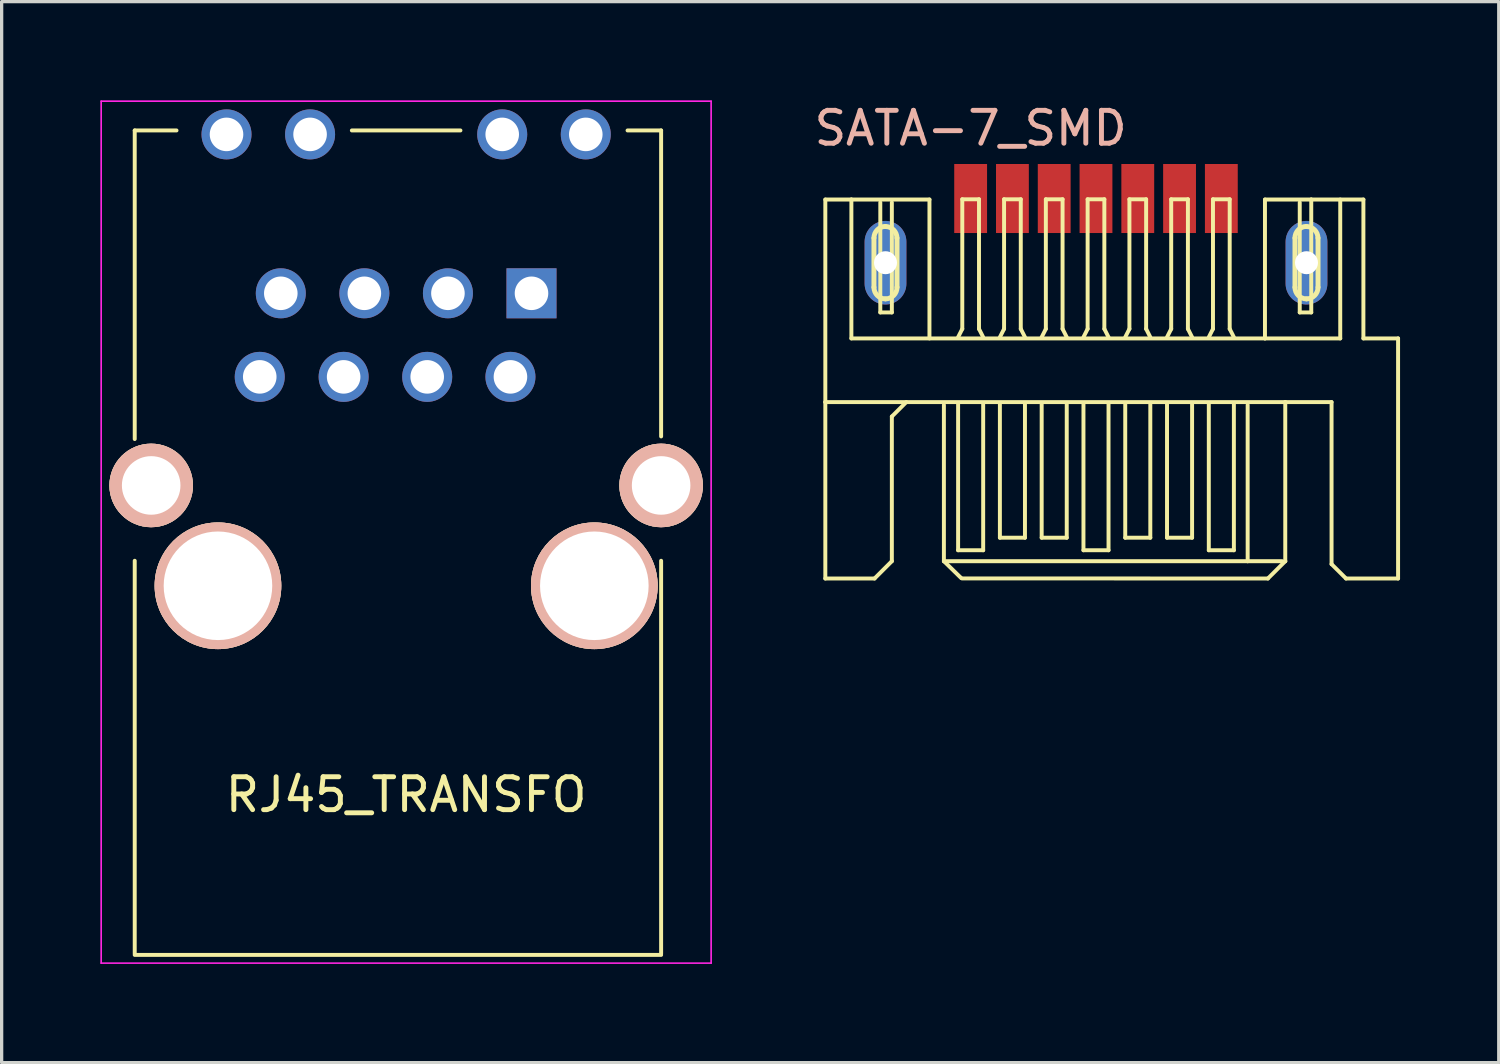
<source format=kicad_pcb>
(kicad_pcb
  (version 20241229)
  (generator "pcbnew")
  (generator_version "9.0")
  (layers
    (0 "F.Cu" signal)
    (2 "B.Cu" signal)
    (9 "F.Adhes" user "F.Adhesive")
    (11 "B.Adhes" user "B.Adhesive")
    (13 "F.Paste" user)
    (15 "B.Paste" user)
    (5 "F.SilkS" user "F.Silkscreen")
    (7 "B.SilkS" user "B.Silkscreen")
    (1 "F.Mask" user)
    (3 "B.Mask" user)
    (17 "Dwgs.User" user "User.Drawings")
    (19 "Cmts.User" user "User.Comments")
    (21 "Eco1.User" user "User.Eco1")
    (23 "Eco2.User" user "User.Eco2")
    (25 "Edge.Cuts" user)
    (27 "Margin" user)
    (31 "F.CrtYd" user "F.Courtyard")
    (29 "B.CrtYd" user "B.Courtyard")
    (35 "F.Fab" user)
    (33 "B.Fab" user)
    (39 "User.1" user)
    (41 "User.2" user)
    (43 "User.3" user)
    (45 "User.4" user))
  (footprint "SATA-7_SMD"
    (layer "F.Cu")
    (at 30.263 14.183)
    (property "Reference" "SATA-7_SMD" (at -3.81 -13.335 0) (layer "B.SilkS") (effects (font (size 1 1) (thickness 0.15))))
    (attr smd)
    (fp_line (start -8.227 -11.168) (end -7.435 -11.168) (stroke (width 0.12) (type solid)) (layer "F.SilkS"))
    (fp_line (start -8.227 -5.011) (end -8.227 -11.168) (stroke (width 0.12) (type solid)) (layer "F.SilkS"))
    (fp_line (start -8.227 -5.011) (end 5.753 -5.011) (stroke (width 0.12) (type solid)) (layer "F.SilkS"))
    (fp_line (start -8.227 0.351) (end -8.227 -5.011) (stroke (width 0.12) (type solid)) (layer "F.SilkS"))
    (fp_line (start -7.435 -11.168) (end -7.435 -6.947) (stroke (width 0.12) (type solid)) (layer "F.SilkS"))
    (fp_line (start -7.435 -11.168) (end -5.062 -11.168) (stroke (width 0.12) (type solid)) (layer "F.SilkS"))
    (fp_line (start -7.435 -6.947) (end 5.136 -6.947) (stroke (width 0.12) (type solid)) (layer "F.SilkS"))
    (fp_line (start -6.749 -8.499) (end -6.749 -10) (stroke (width 0.15) (type solid)) (layer "F.SilkS"))
    (fp_line (start -6.731 0.351) (end -8.227 0.351) (stroke (width 0.12) (type solid)) (layer "F.SilkS"))
    (fp_line (start -6.556 -11.079) (end -6.556 -7.737) (stroke (width 0.12) (type solid)) (layer "F.SilkS"))
    (fp_line (start -6.556 -7.737) (end -6.205 -7.737) (stroke (width 0.12) (type solid)) (layer "F.SilkS"))
    (fp_line (start -6.205 -7.737) (end -6.205 -11.079) (stroke (width 0.12) (type solid)) (layer "F.SilkS"))
    (fp_line (start -6.205 -4.572) (end -5.766 -5.011) (stroke (width 0.12) (type solid)) (layer "F.SilkS"))
    (fp_line (start -6.205 -0.175) (end -6.731 0.351) (stroke (width 0.12) (type solid)) (layer "F.SilkS"))
    (fp_line (start -6.205 -0.175) (end -6.205 -4.572) (stroke (width 0.12) (type solid)) (layer "F.SilkS"))
    (fp_line (start -6.048 -10) (end -6.048 -8.499) (stroke (width 0.15) (type solid)) (layer "F.SilkS"))
    (fp_line (start -5.062 -11.168) (end -5.062 -6.947) (stroke (width 0.12) (type solid)) (layer "F.SilkS"))
    (fp_line (start -4.623 -0.175) (end -4.623 -4.923) (stroke (width 0.12) (type solid)) (layer "F.SilkS"))
    (fp_line (start -4.191 -6.985) (end -4.064 -7.236) (stroke (width 0.12) (type solid)) (layer "F.SilkS"))
    (fp_line (start -4.191 -0.508) (end -4.191 -4.953) (stroke (width 0.12) (type solid)) (layer "F.SilkS"))
    (fp_line (start -4.097 0.338) (end -4.623 -0.175) (stroke (width 0.12) (type solid)) (layer "F.SilkS"))
    (fp_line (start -4.064 -11.176) (end -3.556 -11.176) (stroke (width 0.12) (type solid)) (layer "F.SilkS"))
    (fp_line (start -4.064 -7.236) (end -4.064 -11.176) (stroke (width 0.12) (type solid)) (layer "F.SilkS"))
    (fp_line (start -3.556 -11.176) (end -3.556 -7.236) (stroke (width 0.12) (type solid)) (layer "F.SilkS"))
    (fp_line (start -3.556 -7.236) (end -3.429 -6.985) (stroke (width 0.12) (type solid)) (layer "F.SilkS"))
    (fp_line (start -3.429 -4.953) (end -3.429 -0.508) (stroke (width 0.12) (type solid)) (layer "F.SilkS"))
    (fp_line (start -3.429 -0.508) (end -4.191 -0.508) (stroke (width 0.12) (type solid)) (layer "F.SilkS"))
    (fp_line (start -2.921 -6.985) (end -2.794 -7.236) (stroke (width 0.12) (type solid)) (layer "F.SilkS"))
    (fp_line (start -2.921 -4.953) (end -2.921 -0.889) (stroke (width 0.12) (type solid)) (layer "F.SilkS"))
    (fp_line (start -2.921 -0.889) (end -2.159 -0.889) (stroke (width 0.12) (type solid)) (layer "F.SilkS"))
    (fp_line (start -2.794 -11.176) (end -2.286 -11.176) (stroke (width 0.12) (type solid)) (layer "F.SilkS"))
    (fp_line (start -2.794 -7.236) (end -2.794 -11.176) (stroke (width 0.12) (type solid)) (layer "F.SilkS"))
    (fp_line (start -2.286 -11.176) (end -2.286 -7.236) (stroke (width 0.12) (type solid)) (layer "F.SilkS"))
    (fp_line (start -2.286 -7.236) (end -2.159 -6.985) (stroke (width 0.12) (type solid)) (layer "F.SilkS"))
    (fp_line (start -2.159 -0.889) (end -2.159 -4.953) (stroke (width 0.12) (type solid)) (layer "F.SilkS"))
    (fp_line (start -1.651 -6.985) (end -1.524 -7.236) (stroke (width 0.12) (type solid)) (layer "F.SilkS"))
    (fp_line (start -1.651 -4.953) (end -1.651 -0.889) (stroke (width 0.12) (type solid)) (layer "F.SilkS"))
    (fp_line (start -1.651 -0.889) (end -0.889 -0.889) (stroke (width 0.12) (type solid)) (layer "F.SilkS"))
    (fp_line (start -1.524 -11.176) (end -1.016 -11.176) (stroke (width 0.12) (type solid)) (layer "F.SilkS"))
    (fp_line (start -1.524 -7.236) (end -1.524 -11.176) (stroke (width 0.12) (type solid)) (layer "F.SilkS"))
    (fp_line (start -1.016 -11.176) (end -1.016 -7.236) (stroke (width 0.12) (type solid)) (layer "F.SilkS"))
    (fp_line (start -1.016 -7.236) (end -0.889 -6.985) (stroke (width 0.12) (type solid)) (layer "F.SilkS"))
    (fp_line (start -0.889 -0.889) (end -0.889 -4.953) (stroke (width 0.12) (type solid)) (layer "F.SilkS"))
    (fp_line (start -0.381 -6.985) (end -0.254 -7.236) (stroke (width 0.12) (type solid)) (layer "F.SilkS"))
    (fp_line (start -0.381 -4.953) (end -0.381 -0.508) (stroke (width 0.12) (type solid)) (layer "F.SilkS"))
    (fp_line (start -0.381 -0.508) (end 0.381 -0.508) (stroke (width 0.12) (type solid)) (layer "F.SilkS"))
    (fp_line (start -0.254 -11.176) (end 0.254 -11.176) (stroke (width 0.12) (type solid)) (layer "F.SilkS"))
    (fp_line (start -0.254 -7.236) (end -0.254 -11.176) (stroke (width 0.12) (type solid)) (layer "F.SilkS"))
    (fp_line (start 0.254 -11.176) (end 0.254 -7.236) (stroke (width 0.12) (type solid)) (layer "F.SilkS"))
    (fp_line (start 0.254 -7.236) (end 0.381 -6.985) (stroke (width 0.12) (type solid)) (layer "F.SilkS"))
    (fp_line (start 0.381 -0.508) (end 0.381 -4.953) (stroke (width 0.12) (type solid)) (layer "F.SilkS"))
    (fp_line (start 0.889 -6.985) (end 1.016 -7.236) (stroke (width 0.12) (type solid)) (layer "F.SilkS"))
    (fp_line (start 0.889 -4.953) (end 0.889 -0.889) (stroke (width 0.12) (type solid)) (layer "F.SilkS"))
    (fp_line (start 0.889 -0.889) (end 1.651 -0.889) (stroke (width 0.12) (type solid)) (layer "F.SilkS"))
    (fp_line (start 1.016 -11.176) (end 1.524 -11.176) (stroke (width 0.12) (type solid)) (layer "F.SilkS"))
    (fp_line (start 1.016 -7.236) (end 1.016 -11.176) (stroke (width 0.12) (type solid)) (layer "F.SilkS"))
    (fp_line (start 1.524 -11.176) (end 1.524 -7.236) (stroke (width 0.12) (type solid)) (layer "F.SilkS"))
    (fp_line (start 1.524 -7.236) (end 1.651 -6.985) (stroke (width 0.12) (type solid)) (layer "F.SilkS"))
    (fp_line (start 1.651 -0.889) (end 1.651 -4.953) (stroke (width 0.12) (type solid)) (layer "F.SilkS"))
    (fp_line (start 2.159 -6.985) (end 2.286 -7.236) (stroke (width 0.12) (type solid)) (layer "F.SilkS"))
    (fp_line (start 2.159 -4.953) (end 2.159 -0.889) (stroke (width 0.12) (type solid)) (layer "F.SilkS"))
    (fp_line (start 2.159 -0.889) (end 2.921 -0.889) (stroke (width 0.12) (type solid)) (layer "F.SilkS"))
    (fp_line (start 2.286 -11.176) (end 2.794 -11.176) (stroke (width 0.12) (type solid)) (layer "F.SilkS"))
    (fp_line (start 2.286 -7.236) (end 2.286 -11.176) (stroke (width 0.12) (type solid)) (layer "F.SilkS"))
    (fp_line (start 2.794 -11.176) (end 2.794 -7.236) (stroke (width 0.12) (type solid)) (layer "F.SilkS"))
    (fp_line (start 2.794 -7.236) (end 2.921 -6.985) (stroke (width 0.12) (type solid)) (layer "F.SilkS"))
    (fp_line (start 2.921 -0.889) (end 2.921 -4.953) (stroke (width 0.12) (type solid)) (layer "F.SilkS"))
    (fp_line (start 3.429 -6.985) (end 3.556 -7.236) (stroke (width 0.12) (type solid)) (layer "F.SilkS"))
    (fp_line (start 3.429 -4.953) (end 3.429 -0.508) (stroke (width 0.12) (type solid)) (layer "F.SilkS"))
    (fp_line (start 3.429 -0.508) (end 4.191 -0.508) (stroke (width 0.12) (type solid)) (layer "F.SilkS"))
    (fp_line (start 3.556 -11.176) (end 4.064 -11.176) (stroke (width 0.12) (type solid)) (layer "F.SilkS"))
    (fp_line (start 3.556 -7.236) (end 3.556 -11.176) (stroke (width 0.12) (type solid)) (layer "F.SilkS"))
    (fp_line (start 4.064 -11.176) (end 4.064 -7.236) (stroke (width 0.12) (type solid)) (layer "F.SilkS"))
    (fp_line (start 4.064 -7.236) (end 4.191 -6.985) (stroke (width 0.12) (type solid)) (layer "F.SilkS"))
    (fp_line (start 4.191 -0.508) (end 4.191 -4.953) (stroke (width 0.12) (type solid)) (layer "F.SilkS"))
    (fp_line (start 4.61 -0.175) (end -4.623 -0.175) (stroke (width 0.12) (type solid)) (layer "F.SilkS"))
    (fp_line (start 4.61 -0.175) (end 4.61 -4.923) (stroke (width 0.12) (type solid)) (layer "F.SilkS"))
    (fp_line (start 5.136 -11.168) (end 6.543 -11.168) (stroke (width 0.12) (type solid)) (layer "F.SilkS"))
    (fp_line (start 5.136 -6.947) (end 5.136 -11.168) (stroke (width 0.12) (type solid)) (layer "F.SilkS"))
    (fp_line (start 5.136 -6.947) (end 7.424 -6.947) (stroke (width 0.12) (type solid)) (layer "F.SilkS"))
    (fp_line (start 5.225 0.351) (end -4.074 0.348) (stroke (width 0.12) (type solid)) (layer "F.SilkS"))
    (fp_line (start 5.664 -0.175) (end 4.61 -0.175) (stroke (width 0.12) (type solid)) (layer "F.SilkS"))
    (fp_line (start 5.753 -5.011) (end 5.753 -0.175) (stroke (width 0.12) (type solid)) (layer "F.SilkS"))
    (fp_line (start 5.753 -0.175) (end 5.225 0.351) (stroke (width 0.12) (type solid)) (layer "F.SilkS"))
    (fp_line (start 5.753 -0.175) (end 5.753 -0.175) (stroke (width 0.12) (type solid)) (layer "F.SilkS"))
    (fp_line (start 6.048 -8.499) (end 6.048 -10) (stroke (width 0.15) (type solid)) (layer "F.SilkS"))
    (fp_line (start 6.193 -11.079) (end 6.193 -7.737) (stroke (width 0.12) (type solid)) (layer "F.SilkS"))
    (fp_line (start 6.193 -7.737) (end 6.543 -7.737) (stroke (width 0.12) (type solid)) (layer "F.SilkS"))
    (fp_line (start 6.543 -11.168) (end 8.128 -11.168) (stroke (width 0.12) (type solid)) (layer "F.SilkS"))
    (fp_line (start 6.543 -7.737) (end 6.543 -11.168) (stroke (width 0.12) (type solid)) (layer "F.SilkS"))
    (fp_line (start 6.749 -10) (end 6.749 -8.499) (stroke (width 0.15) (type solid)) (layer "F.SilkS"))
    (fp_line (start 7.16 -5.011) (end 5.753 -5.011) (stroke (width 0.12) (type solid)) (layer "F.SilkS"))
    (fp_line (start 7.16 -0.086) (end 7.16 -5.011) (stroke (width 0.12) (type solid)) (layer "F.SilkS"))
    (fp_line (start 7.424 -6.947) (end 7.424 -11.168) (stroke (width 0.12) (type solid)) (layer "F.SilkS"))
    (fp_line (start 7.6 0.351) (end 7.16 -0.086) (stroke (width 0.12) (type solid)) (layer "F.SilkS"))
    (fp_line (start 8.128 -11.168) (end 8.128 -6.947) (stroke (width 0.12) (type solid)) (layer "F.SilkS"))
    (fp_line (start 8.128 -6.947) (end 9.182 -6.947) (stroke (width 0.12) (type solid)) (layer "F.SilkS"))
    (fp_line (start 9.182 -6.947) (end 9.182 0.351) (stroke (width 0.12) (type solid)) (layer "F.SilkS"))
    (fp_line (start 9.182 0.351) (end 7.6 0.351) (stroke (width 0.12) (type solid)) (layer "F.SilkS"))
    (fp_arc (start -6.74878 -9.99998) (mid -6.646115 -10.247835) (end -6.39826 -10.3505) (stroke (width 0.15) (type solid)) (layer "F.SilkS"))
    (fp_arc (start -6.39826 -10.34796) (mid -6.152201 -10.246039) (end -6.05028 -9.99998) (stroke (width 0.15) (type solid)) (layer "F.SilkS"))
    (fp_arc (start -6.39826 -8.14832) (mid -6.646115 -8.250985) (end -6.74878 -8.49884) (stroke (width 0.15) (type solid)) (layer "F.SilkS"))
    (fp_arc (start -6.04774 -8.49884) (mid -6.150405 -8.250985) (end -6.39826 -8.14832) (stroke (width 0.15) (type solid)) (layer "F.SilkS"))
    (fp_arc (start 6.04774 -9.99998) (mid 6.150405 -10.247835) (end 6.39826 -10.3505) (stroke (width 0.15) (type solid)) (layer "F.SilkS"))
    (fp_arc (start 6.39826 -10.34796) (mid 6.644319 -10.246039) (end 6.74624 -9.99998) (stroke (width 0.15) (type solid)) (layer "F.SilkS"))
    (fp_arc (start 6.39826 -8.14832) (mid 6.150405 -8.250985) (end 6.04774 -8.49884) (stroke (width 0.15) (type solid)) (layer "F.SilkS"))
    (fp_arc (start 6.74878 -8.49884) (mid 6.646115 -8.250985) (end 6.39826 -8.14832) (stroke (width 0.15) (type solid)) (layer "F.SilkS"))
    (pad "1" smd rect (at -3.81 -11.199) (size 0.998 2.098) (layers "F.Cu" "F.Mask" "F.Paste"))
    (pad "2" smd rect (at -2.54 -11.199) (size 0.998 2.098) (layers "F.Cu" "F.Mask" "F.Paste"))
    (pad "3" smd rect (at -1.27 -11.199) (size 0.998 2.098) (layers "F.Cu" "F.Mask" "F.Paste"))
    (pad "4" smd rect (at 0 -11.199) (size 0.998 2.098) (layers "F.Cu" "F.Mask" "F.Paste"))
    (pad "5" smd rect (at 1.27 -11.199) (size 0.998 2.098) (layers "F.Cu" "F.Mask" "F.Paste"))
    (pad "6" smd rect (at 2.54 -11.199) (size 0.998 2.098) (layers "F.Cu" "F.Mask" "F.Paste"))
    (pad "7" smd rect (at 3.81 -11.199) (size 0.998 2.098) (layers "F.Cu" "F.Mask" "F.Paste"))
    (pad "M1" thru_hole oval (at -6.398 -9.248) (size 1.27 2.54) (drill 0.699) (layers "*.Cu" "F.Mask" "F.Paste"))
    (pad "M2" thru_hole oval (at 6.398 -9.248) (size 1.27 2.54) (drill 0.699) (layers "*.Cu" "F.Mask" "F.Paste")))
  (footprint "RJ45_TRANSFO"
    (layer "F.Cu")
    (at 13.105 5.865)
    (property "Reference" "RJ45_TRANSFO" (at -3.81 15.24 0) (layer "F.SilkS") (effects (font (size 1 1) (thickness 0.15))))
    (attr through_hole)
    (fp_line (start -12.06 -4.95) (end -12.06 4.43) (stroke (width 0.12) (type solid)) (layer "F.SilkS"))
    (fp_line (start -12.06 -4.95) (end -10.79 -4.95) (stroke (width 0.12) (type solid)) (layer "F.SilkS"))
    (fp_line (start -12.06 20.07) (end -12.06 8.13) (stroke (width 0.12) (type solid)) (layer "F.SilkS"))
    (fp_line (start -12.06 20.11) (end 3.94 20.11) (stroke (width 0.12) (type solid)) (layer "F.SilkS"))
    (fp_line (start -5.46 -4.95) (end -2.16 -4.95) (stroke (width 0.12) (type solid)) (layer "F.SilkS"))
    (fp_line (start 3.94 -4.95) (end 2.92 -4.95) (stroke (width 0.12) (type solid)) (layer "F.SilkS"))
    (fp_line (start 3.94 -4.95) (end 3.94 4.35) (stroke (width 0.12) (type solid)) (layer "F.SilkS"))
    (fp_line (start 3.94 20.07) (end 3.94 8.13) (stroke (width 0.12) (type solid)) (layer "F.SilkS"))
    (fp_line (start -13.08 -5.84) (end -13.08 20.36) (stroke (width 0.05) (type solid)) (layer "F.CrtYd"))
    (fp_line (start -13.08 -5.84) (end 5.46 -5.84) (stroke (width 0.05) (type solid)) (layer "F.CrtYd"))
    (fp_line (start 5.46 20.36) (end -13.08 20.36) (stroke (width 0.05) (type solid)) (layer "F.CrtYd"))
    (fp_line (start 5.46 20.36) (end 5.46 -5.84) (stroke (width 0.05) (type solid)) (layer "F.CrtYd"))
    (pad "1" thru_hole rect (at 0 0) (size 1.52 1.52) (drill 1.02) (layers "*.Cu" "*.Mask"))
    (pad "2" thru_hole circle (at -0.64 2.54) (size 1.52 1.52) (drill 1.02) (layers "*.Cu" "*.Mask"))
    (pad "3" thru_hole circle (at -2.54 0) (size 1.52 1.52) (drill 1.02) (layers "*.Cu" "*.Mask"))
    (pad "4" thru_hole circle (at -3.17 2.54) (size 1.52 1.52) (drill 1.02) (layers "*.Cu" "*.Mask"))
    (pad "5" thru_hole circle (at -5.08 0) (size 1.52 1.52) (drill 1.02) (layers "*.Cu" "*.Mask"))
    (pad "6" thru_hole circle (at -5.71 2.54) (size 1.52 1.52) (drill 1.02) (layers "*.Cu" "*.Mask"))
    (pad "7" thru_hole circle (at -7.62 0) (size 1.52 1.52) (drill 1.02) (layers "*.Cu" "*.Mask"))
    (pad "8" thru_hole circle (at -8.26 2.54) (size 1.52 1.52) (drill 1.02) (layers "*.Cu" "*.Mask"))
    (pad "13" thru_hole circle (at -11.56 5.84) (size 2.54 2.54) (drill 1.78) (layers "*.Cu" "*.SilkS" "*.Mask"))
    (pad "13" thru_hole circle (at 3.94 5.84) (size 2.54 2.54) (drill 1.78) (layers "*.Cu" "*.SilkS" "*.Mask"))
    (pad "GA" thru_hole circle (at -0.89 -4.83) (size 1.52 1.52) (drill 1.02) (layers "*.Cu" "*.Mask"))
    (pad "GK" thru_hole circle (at 1.65 -4.83) (size 1.52 1.52) (drill 1.02) (layers "*.Cu" "*.Mask"))
    (pad "Hole" thru_hole circle (at -9.53 8.89) (size 3.85 3.85) (drill 3.3) (layers "*.Cu" "*.SilkS" "*.Mask"))
    (pad "Hole" thru_hole circle (at 1.91 8.89) (size 3.85 3.85) (drill 3.3) (layers "*.Cu" "*.SilkS" "*.Mask"))
    (pad "YA" thru_hole circle (at -9.27 -4.83) (size 1.52 1.52) (drill 1.02) (layers "*.Cu" "*.Mask"))
    (pad "YK" thru_hole circle (at -6.73 -4.83) (size 1.52 1.52) (drill 1.02) (layers "*.Cu" "*.Mask")))
  (gr_rect
    (start -3 -3)
    (end 42.505 29.25)
    (stroke (width 0.1) (type default))
    (fill no)
    (layer "Edge.Cuts")))
</source>
